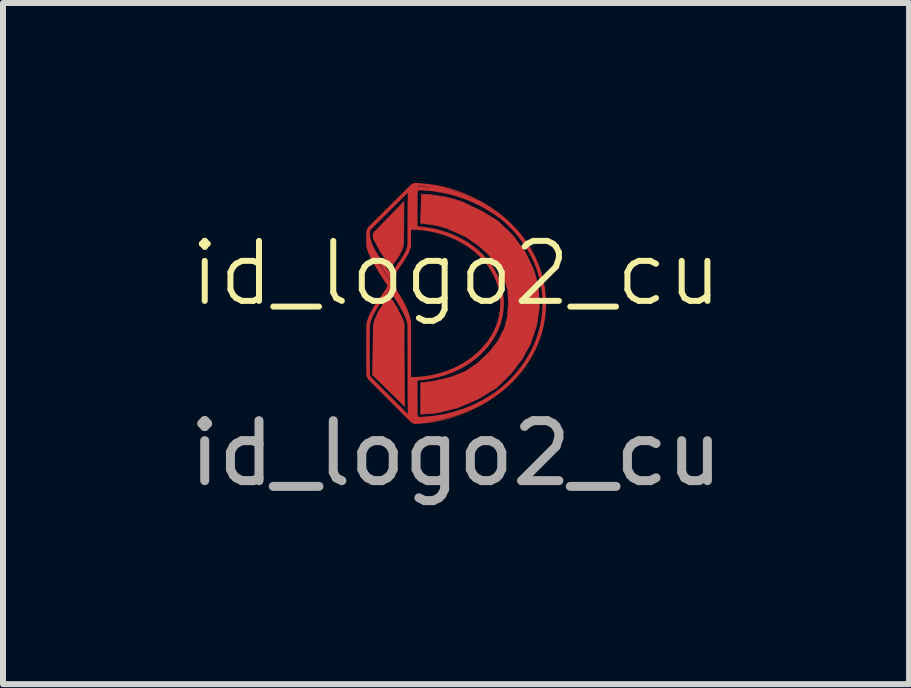
<source format=kicad_pcb>
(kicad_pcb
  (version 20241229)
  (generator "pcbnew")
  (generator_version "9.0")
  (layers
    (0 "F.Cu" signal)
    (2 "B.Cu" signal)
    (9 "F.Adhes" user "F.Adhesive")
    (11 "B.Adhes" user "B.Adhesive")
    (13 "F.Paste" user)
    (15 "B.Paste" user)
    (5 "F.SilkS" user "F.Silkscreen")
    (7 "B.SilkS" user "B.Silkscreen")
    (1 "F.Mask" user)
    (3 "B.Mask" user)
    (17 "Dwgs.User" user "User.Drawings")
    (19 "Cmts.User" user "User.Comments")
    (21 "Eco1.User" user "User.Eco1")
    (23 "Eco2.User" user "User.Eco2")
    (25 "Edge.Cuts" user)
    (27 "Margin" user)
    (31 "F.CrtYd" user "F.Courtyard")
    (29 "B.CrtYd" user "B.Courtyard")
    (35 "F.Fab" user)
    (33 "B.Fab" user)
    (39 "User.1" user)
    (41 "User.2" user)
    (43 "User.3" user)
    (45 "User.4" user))
  (footprint "id_logo2_cu"
    (layer "F.Cu")
    (at 4.554 2.009)
    (property "Reference" "id_logo2_cu" (at 0 -0.5 0) (unlocked yes) (layer "F.SilkS") (effects (font (size 1 1) (thickness 0.1))))
    (attr smd)
    (fp_poly (pts (xy -1.375 -1.177) (xy -0.868 -1.701) (xy -0.873 -0.989) (xy -0.9 -0.892) (xy -0.926 -0.845) (xy -0.935 -0.825) (xy -0.949 -0.797) (xy -0.97 -0.767) (xy -0.979 -0.753) (xy -0.986 -0.743) (xy -1 -0.723) (xy -1.065 -0.641) (xy -1.095 -0.616) (xy -1.253 -0.848) (xy -1.379 -1.076) (xy -1.388 -1.142)) (stroke (width 0.01) (type solid)) (fill yes) (layer "F.Cu"))
    (fp_poly (pts (xy -1.391 1.194) (xy -1.381 0.391) (xy -1.363 0.292) (xy -1.34 0.237) (xy -1.293 0.129) (xy -1.247 0.065) (xy -1.213 0.007) (xy -1.176 -0.038) (xy -1.123 -0.118) (xy -1.058 -0.047) (xy -1.021 0.014) (xy -0.984 0.071) (xy -0.956 0.129) (xy -0.899 0.242) (xy -0.88 0.287) (xy -0.866 0.336) (xy -0.866 0.807) (xy -0.858 1.563) (xy -0.853 1.72)) (stroke (width 0.01) (type solid)) (fill yes) (layer "F.Cu"))
    (fp_poly (pts (xy -0.589 1.323) (xy -0.591 1.847) (xy -0.32 1.827) (xy 0.027 1.74) (xy 0.363 1.596) (xy 0.678 1.405) (xy 0.911 1.176) (xy 1.104 0.926) (xy 1.239 0.677) (xy 1.342 0.377) (xy 1.386 0.081) (xy 1.382 -0.149) (xy 1.35 -0.372) (xy 1.293 -0.568) (xy 1.152 -0.86) (xy 0.939 -1.144) (xy 0.698 -1.373) (xy 0.431 -1.537) (xy 0.095 -1.698) (xy -0.144 -1.769) (xy -0.425 -1.812) (xy -0.578 -1.823) (xy -0.591 -1.339) (xy -0.328 -1.301) (xy -0.152 -1.251) (xy 0.148 -1.118) (xy 0.37 -0.967) (xy 0.53 -0.826) (xy 0.686 -0.632) (xy 0.803 -0.417) (xy 0.862 -0.221) (xy 0.873 -0.017) (xy 0.857 0.214) (xy 0.808 0.413) (xy 0.696 0.631) (xy 0.551 0.815) (xy 0.361 0.994) (xy 0.157 1.133) (xy -0.079 1.226) (xy -0.343 1.291) (xy -0.515 1.315)) (stroke (width 0.01) (type solid)) (fill yes) (layer "F.Cu"))
    (fp_poly (pts (xy -0.664 -2.009) (xy -0.65 -2.008) (xy -0.634 -2.007) (xy -0.615 -2.006) (xy -0.591 -2.004) (xy -0.589 -2.003) (xy -0.528 -1.998) (xy -0.469 -1.991) (xy -0.415 -1.984) (xy -0.362 -1.977) (xy -0.311 -1.968) (xy -0.261 -1.958) (xy -0.212 -1.947) (xy -0.162 -1.935) (xy -0.151 -1.932) (xy -0.058 -1.906) (xy 0.034 -1.876) (xy 0.124 -1.842) (xy 0.214 -1.804) (xy 0.302 -1.763) (xy 0.39 -1.717) (xy 0.478 -1.667) (xy 0.565 -1.613) (xy 0.595 -1.593) (xy 0.667 -1.543) (xy 0.736 -1.492) (xy 0.801 -1.439) (xy 0.864 -1.384) (xy 0.926 -1.325) (xy 0.952 -1.299) (xy 1.016 -1.23) (xy 1.077 -1.159) (xy 1.134 -1.085) (xy 1.188 -1.01) (xy 1.237 -0.932) (xy 1.282 -0.853) (xy 1.324 -0.772) (xy 1.361 -0.689) (xy 1.393 -0.605) (xy 1.422 -0.519) (xy 1.446 -0.433) (xy 1.458 -0.381) (xy 1.476 -0.292) (xy 1.488 -0.204) (xy 1.496 -0.114) (xy 1.5 -0.025) (xy 1.499 0.065) (xy 1.493 0.155) (xy 1.483 0.244) (xy 1.469 0.333) (xy 1.463 0.362) (xy 1.443 0.448) (xy 1.418 0.534) (xy 1.389 0.618) (xy 1.356 0.7) (xy 1.319 0.782) (xy 1.278 0.861) (xy 1.233 0.939) (xy 1.183 1.016) (xy 1.131 1.09) (xy 1.074 1.162) (xy 1.014 1.233) (xy 0.95 1.3) (xy 0.883 1.366) (xy 0.813 1.429) (xy 0.739 1.489) (xy 0.663 1.546) (xy 0.6 1.589) (xy 0.573 1.607) (xy 0.548 1.623) (xy 0.523 1.638) (xy 0.499 1.653) (xy 0.474 1.667) (xy 0.448 1.682) (xy 0.42 1.697) (xy 0.39 1.713) (xy 0.357 1.729) (xy 0.321 1.747) (xy 0.261 1.777) (xy 0.204 1.804) (xy 0.15 1.828) (xy 0.097 1.85) (xy 0.046 1.87) (xy -0.004 1.888) (xy -0.054 1.905) (xy -0.103 1.92) (xy -0.154 1.933) (xy -0.206 1.946) (xy -0.26 1.958) (xy -0.281 1.962) (xy -0.314 1.968) (xy -0.346 1.974) (xy -0.378 1.979) (xy -0.41 1.984) (xy -0.444 1.988) (xy -0.479 1.993) (xy -0.518 1.997) (xy -0.559 2.001) (xy -0.593 2.004) (xy -0.617 2.006) (xy -0.637 2.007) (xy -0.653 2.008) (xy -0.666 2.009) (xy -0.677 2.009) (xy -0.686 2.009) (xy -0.694 2.008) (xy -0.7 2.007) (xy -0.704 2.006) (xy -0.718 2.001) (xy -0.733 1.994) (xy -0.74 1.989) (xy -0.628 1.989) (xy -0.627 1.991) (xy -0.626 1.991) (xy -0.624 1.99) (xy -0.625 1.989) (xy -0.627 1.989) (xy -0.628 1.989) (xy -0.74 1.989) (xy -0.743 1.987) (xy -0.64 1.987) (xy -0.639 1.989) (xy -0.638 1.987) (xy -0.639 1.986) (xy -0.64 1.987) (xy -0.743 1.987) (xy -0.745 1.986) (xy -0.746 1.985) (xy -0.647 1.985) (xy -0.646 1.986) (xy -0.645 1.985) (xy -0.646 1.984) (xy -0.647 1.985) (xy -0.746 1.985) (xy -0.748 1.984) (xy -0.749 1.983) (xy -0.654 1.983) (xy -0.653 1.984) (xy -0.651 1.983) (xy -0.653 1.982) (xy -0.654 1.983) (xy -0.749 1.983) (xy -0.75 1.981) (xy -0.754 1.978) (xy -0.665 1.978) (xy -0.664 1.979) (xy -0.663 1.978) (xy -0.477 1.978) (xy -0.476 1.979) (xy -0.475 1.978) (xy -0.476 1.977) (xy -0.477 1.978) (xy -0.663 1.978) (xy -0.664 1.977) (xy -0.665 1.978) (xy -0.754 1.978) (xy -0.756 1.976) (xy -0.67 1.976) (xy -0.669 1.977) (xy -0.668 1.977) (xy -0.46 1.977) (xy -0.458 1.977) (xy -0.455 1.977) (xy -0.455 1.976) (xy -0.458 1.975) (xy -0.459 1.976) (xy -0.46 1.977) (xy -0.668 1.977) (xy -0.667 1.976) (xy -0.669 1.975) (xy -0.67 1.976) (xy -0.756 1.976) (xy -0.756 1.976) (xy -0.761 1.971) (xy -0.676 1.971) (xy -0.676 1.972) (xy -0.673 1.975) (xy -0.672 1.974) (xy -0.672 1.974) (xy -0.443 1.974) (xy -0.44 1.974) (xy -0.439 1.974) (xy -0.435 1.974) (xy -0.435 1.973) (xy -0.435 1.973) (xy -0.44 1.973) (xy -0.442 1.973) (xy -0.443 1.974) (xy -0.672 1.974) (xy -0.672 1.974) (xy -0.674 1.972) (xy -0.674 1.972) (xy -0.427 1.972) (xy -0.424 1.972) (xy -0.422 1.972) (xy -0.418 1.972) (xy -0.417 1.971) (xy -0.418 1.971) (xy -0.424 1.971) (xy -0.426 1.971) (xy -0.427 1.972) (xy -0.674 1.972) (xy -0.675 1.971) (xy -0.676 1.971) (xy -0.761 1.971) (xy -0.765 1.967) (xy -0.766 1.966) (xy -0.683 1.966) (xy -0.683 1.968) (xy -0.68 1.97) (xy -0.679 1.97) (xy -0.679 1.969) (xy -0.679 1.969) (xy -0.401 1.969) (xy -0.399 1.969) (xy -0.393 1.968) (xy -0.383 1.967) (xy -0.368 1.965) (xy -0.351 1.962) (xy -0.255 1.945) (xy -0.162 1.925) (xy -0.071 1.901) (xy 0.017 1.874) (xy 0.102 1.843) (xy 0.124 1.834) (xy 0.138 1.828) (xy 0.152 1.823) (xy 0.164 1.818) (xy 0.174 1.813) (xy 0.182 1.81) (xy 0.187 1.807) (xy 0.189 1.806) (xy 0.187 1.806) (xy 0.187 1.806) (xy 0.183 1.808) (xy 0.176 1.81) (xy 0.167 1.814) (xy 0.155 1.819) (xy 0.141 1.824) (xy 0.138 1.825) (xy 0.051 1.856) (xy -0.04 1.885) (xy -0.133 1.911) (xy -0.23 1.934) (xy -0.33 1.955) (xy -0.364 1.961) (xy -0.38 1.964) (xy -0.391 1.966) (xy -0.398 1.968) (xy -0.401 1.969) (xy -0.679 1.969) (xy -0.681 1.967) (xy -0.682 1.967) (xy -0.683 1.966) (xy -0.766 1.966) (xy -0.776 1.956) (xy -0.79 1.943) (xy -0.806 1.927) (xy -0.824 1.909) (xy -0.832 1.901) (xy -0.735 1.901) (xy -0.735 1.901) (xy -0.731 1.912) (xy -0.724 1.925) (xy -0.714 1.938) (xy -0.704 1.95) (xy -0.704 1.95) (xy -0.695 1.958) (xy -0.69 1.963) (xy -0.687 1.965) (xy -0.688 1.964) (xy -0.692 1.959) (xy -0.699 1.952) (xy -0.699 1.951) (xy -0.577 1.951) (xy -0.575 1.952) (xy -0.572 1.951) (xy -0.572 1.951) (xy -0.575 1.95) (xy -0.576 1.95) (xy -0.577 1.951) (xy -0.699 1.951) (xy -0.701 1.949) (xy -0.701 1.948) (xy -0.546 1.948) (xy -0.545 1.95) (xy -0.544 1.948) (xy -0.545 1.947) (xy -0.546 1.948) (xy -0.701 1.948) (xy -0.712 1.936) (xy -0.722 1.923) (xy -0.727 1.914) (xy -0.731 1.907) (xy -0.734 1.902) (xy -0.735 1.901) (xy -0.832 1.901) (xy -0.841 1.892) (xy -0.739 1.892) (xy -0.738 1.894) (xy -0.737 1.894) (xy -0.737 1.891) (xy -0.737 1.891) (xy -0.738 1.891) (xy -0.739 1.892) (xy -0.841 1.892) (xy -0.844 1.888) (xy -0.846 1.887) (xy -0.741 1.887) (xy -0.74 1.888) (xy -0.739 1.887) (xy -0.74 1.885) (xy -0.741 1.887) (xy -0.846 1.887) (xy -0.866 1.867) (xy -0.89 1.843) (xy -0.915 1.818) (xy -0.941 1.792) (xy -0.968 1.765) (xy -0.996 1.737) (xy -1.025 1.708) (xy -1.054 1.679) (xy -1.084 1.649) (xy -1.114 1.619) (xy -1.144 1.589) (xy -1.173 1.56) (xy -1.202 1.531) (xy -1.231 1.502) (xy -1.258 1.474) (xy -1.285 1.447) (xy -1.311 1.421) (xy -1.335 1.397) (xy -1.358 1.374) (xy -1.379 1.353) (xy -1.398 1.333) (xy -1.416 1.316) (xy -1.431 1.3) (xy -1.443 1.288) (xy -1.454 1.277) (xy -1.461 1.27) (xy -1.465 1.265) (xy -1.466 1.264) (xy -1.477 1.246) (xy -1.487 1.227) (xy -1.493 1.207) (xy -1.494 1.205) (xy -1.494 1.202) (xy -1.495 1.2) (xy -1.495 1.196) (xy -1.496 1.192) (xy -1.496 1.187) (xy -1.496 1.181) (xy -1.497 1.173) (xy -1.497 1.164) (xy -1.497 1.152) (xy -1.497 1.139) (xy -1.497 1.124) (xy -1.497 1.106) (xy -1.497 1.086) (xy -1.498 1.062) (xy -1.498 1.036) (xy -1.498 1.007) (xy -1.498 0.974) (xy -1.498 0.937) (xy -1.498 0.896) (xy -1.498 0.852) (xy -1.498 0.803) (xy -1.498 0.779) (xy -1.498 0.727) (xy -1.498 0.679) (xy -1.498 0.636) (xy -1.498 0.623) (xy -1.438 0.623) (xy -1.438 0.67) (xy -1.438 0.721) (xy -1.438 0.776) (xy -1.438 0.785) (xy -1.437 1.192) (xy -1.428 1.21) (xy -1.427 1.212) (xy -1.425 1.214) (xy -1.423 1.217) (xy -1.421 1.22) (xy -1.418 1.224) (xy -1.415 1.228) (xy -1.41 1.233) (xy -1.404 1.239) (xy -1.398 1.247) (xy -1.389 1.255) (xy -1.38 1.265) (xy -1.369 1.277) (xy -1.356 1.29) (xy -1.341 1.305) (xy -1.324 1.322) (xy -1.305 1.341) (xy -1.284 1.363) (xy -1.26 1.387) (xy -1.233 1.413) (xy -1.204 1.443) (xy -1.172 1.475) (xy -1.137 1.51) (xy -1.113 1.535) (xy -1.082 1.566) (xy -1.051 1.596) (xy -1.022 1.626) (xy -0.994 1.654) (xy -0.967 1.681) (xy -0.942 1.706) (xy -0.918 1.73) (xy -0.896 1.752) (xy -0.876 1.772) (xy -0.859 1.789) (xy -0.843 1.805) (xy -0.83 1.818) (xy -0.82 1.828) (xy -0.812 1.836) (xy -0.807 1.84) (xy -0.806 1.842) (xy -0.805 1.84) (xy -0.805 1.834) (xy -0.805 1.824) (xy -0.806 1.813) (xy -0.806 1.801) (xy -0.806 1.796) (xy -0.806 1.786) (xy -0.807 1.771) (xy -0.807 1.753) (xy -0.807 1.731) (xy -0.807 1.705) (xy -0.807 1.676) (xy -0.807 1.644) (xy -0.808 1.608) (xy -0.808 1.57) (xy -0.808 1.529) (xy -0.808 1.485) (xy -0.808 1.439) (xy -0.809 1.391) (xy -0.809 1.341) (xy -0.809 1.29) (xy -0.809 1.285) (xy -0.642 1.285) (xy -0.642 1.577) (xy -0.641 1.868) (xy -0.636 1.876) (xy -0.626 1.885) (xy -0.616 1.891) (xy -0.606 1.892) (xy -0.602 1.892) (xy -0.593 1.892) (xy -0.581 1.891) (xy -0.567 1.89) (xy -0.551 1.889) (xy -0.534 1.888) (xy -0.533 1.888) (xy -0.515 1.886) (xy -0.497 1.885) (xy -0.48 1.884) (xy -0.465 1.882) (xy -0.453 1.881) (xy -0.445 1.881) (xy -0.342 1.869) (xy -0.241 1.852) (xy -0.141 1.832) (xy -0.042 1.806) (xy -0.034 1.804) (xy 0.193 1.804) (xy 0.194 1.805) (xy 0.195 1.804) (xy 0.194 1.803) (xy 0.193 1.804) (xy -0.034 1.804) (xy -0.025 1.801) (xy 0.198 1.801) (xy 0.198 1.803) (xy 0.2 1.803) (xy 0.201 1.802) (xy 0.201 1.801) (xy 0.198 1.801) (xy 0.198 1.801) (xy -0.025 1.801) (xy -0.019 1.799) (xy 0.204 1.799) (xy 0.205 1.801) (xy 0.206 1.799) (xy 0.205 1.798) (xy 0.204 1.799) (xy -0.019 1.799) (xy -0.012 1.797) (xy 0.209 1.797) (xy 0.21 1.798) (xy 0.211 1.797) (xy 0.21 1.796) (xy 0.209 1.797) (xy -0.012 1.797) (xy -0.004 1.795) (xy 0.213 1.795) (xy 0.214 1.796) (xy 0.216 1.795) (xy 0.214 1.794) (xy 0.213 1.795) (xy -0.004 1.795) (xy 0.004 1.792) (xy 0.22 1.792) (xy 0.221 1.794) (xy 0.222 1.792) (xy 0.221 1.791) (xy 0.22 1.792) (xy 0.004 1.792) (xy 0.011 1.79) (xy 0.225 1.79) (xy 0.226 1.791) (xy 0.227 1.79) (xy 0.226 1.789) (xy 0.225 1.79) (xy 0.011 1.79) (xy 0.055 1.777) (xy 0.15 1.743) (xy 0.245 1.705) (xy 0.338 1.662) (xy 0.429 1.615) (xy 0.519 1.564) (xy 0.608 1.508) (xy 0.621 1.5) (xy 0.667 1.468) (xy 0.714 1.432) (xy 0.762 1.393) (xy 0.81 1.351) (xy 0.858 1.306) (xy 0.895 1.27) (xy 0.96 1.202) (xy 1.021 1.132) (xy 1.078 1.06) (xy 1.131 0.986) (xy 1.18 0.91) (xy 1.225 0.832) (xy 1.266 0.753) (xy 1.303 0.672) (xy 1.335 0.59) (xy 1.364 0.506) (xy 1.387 0.422) (xy 1.407 0.336) (xy 1.416 0.286) (xy 1.428 0.203) (xy 1.436 0.119) (xy 1.44 0.034) (xy 1.439 -0.051) (xy 1.435 -0.135) (xy 1.432 -0.164) (xy 1.421 -0.252) (xy 1.406 -0.338) (xy 1.386 -0.424) (xy 1.362 -0.509) (xy 1.334 -0.593) (xy 1.301 -0.675) (xy 1.264 -0.756) (xy 1.222 -0.836) (xy 1.177 -0.914) (xy 1.128 -0.99) (xy 1.074 -1.065) (xy 1.017 -1.137) (xy 0.994 -1.164) (xy 0.964 -1.198) (xy 0.933 -1.232) (xy 0.9 -1.266) (xy 0.867 -1.298) (xy 0.834 -1.329) (xy 0.802 -1.359) (xy 0.77 -1.386) (xy 0.74 -1.41) (xy 0.714 -1.429) (xy 0.628 -1.489) (xy 0.542 -1.543) (xy 0.456 -1.594) (xy 0.369 -1.64) (xy 0.281 -1.682) (xy 0.275 -1.685) (xy 0.434 -1.685) (xy 0.435 -1.684) (xy 0.436 -1.685) (xy 0.435 -1.686) (xy 0.434 -1.685) (xy 0.275 -1.685) (xy 0.269 -1.687) (xy 0.429 -1.687) (xy 0.43 -1.686) (xy 0.431 -1.687) (xy 0.43 -1.688) (xy 0.429 -1.687) (xy 0.269 -1.687) (xy 0.264 -1.689) (xy 0.424 -1.689) (xy 0.425 -1.688) (xy 0.427 -1.689) (xy 0.425 -1.69) (xy 0.424 -1.689) (xy 0.264 -1.689) (xy 0.242 -1.698) (xy 0.408 -1.698) (xy 0.409 -1.697) (xy 0.411 -1.698) (xy 0.409 -1.7) (xy 0.408 -1.698) (xy 0.242 -1.698) (xy 0.237 -1.701) (xy 0.404 -1.701) (xy 0.405 -1.7) (xy 0.406 -1.701) (xy 0.405 -1.702) (xy 0.404 -1.701) (xy 0.237 -1.701) (xy 0.232 -1.703) (xy 0.399 -1.703) (xy 0.4 -1.702) (xy 0.401 -1.703) (xy 0.4 -1.704) (xy 0.399 -1.703) (xy 0.232 -1.703) (xy 0.226 -1.705) (xy 0.395 -1.705) (xy 0.396 -1.704) (xy 0.397 -1.705) (xy 0.396 -1.706) (xy 0.395 -1.705) (xy 0.226 -1.705) (xy 0.221 -1.708) (xy 0.39 -1.708) (xy 0.391 -1.706) (xy 0.392 -1.708) (xy 0.391 -1.709) (xy 0.39 -1.708) (xy 0.221 -1.708) (xy 0.216 -1.71) (xy 0.385 -1.71) (xy 0.386 -1.709) (xy 0.388 -1.71) (xy 0.386 -1.711) (xy 0.385 -1.71) (xy 0.216 -1.71) (xy 0.193 -1.72) (xy 0.104 -1.753) (xy 0.013 -1.784) (xy -0.079 -1.81) (xy -0.11 -1.818) (xy -0.155 -1.828) (xy -0.203 -1.838) (xy -0.253 -1.848) (xy -0.303 -1.856) (xy -0.351 -1.864) (xy -0.398 -1.87) (xy -0.403 -1.871) (xy -0.413 -1.872) (xy -0.426 -1.873) (xy -0.443 -1.874) (xy -0.461 -1.876) (xy -0.482 -1.878) (xy -0.503 -1.879) (xy -0.522 -1.881) (xy -0.545 -1.883) (xy -0.564 -1.884) (xy -0.579 -1.885) (xy -0.591 -1.886) (xy -0.6 -1.886) (xy -0.606 -1.886) (xy -0.611 -1.886) (xy -0.615 -1.885) (xy -0.617 -1.885) (xy -0.618 -1.885) (xy -0.627 -1.879) (xy -0.635 -1.87) (xy -0.64 -1.862) (xy -0.64 -1.859) (xy -0.641 -1.852) (xy -0.641 -1.841) (xy -0.641 -1.826) (xy -0.641 -1.807) (xy -0.642 -1.784) (xy -0.642 -1.757) (xy -0.642 -1.725) (xy -0.642 -1.689) (xy -0.642 -1.649) (xy -0.642 -1.604) (xy -0.642 -1.57) (xy -0.642 -1.284) (xy -0.63 -1.284) (xy -0.617 -1.284) (xy -0.599 -1.283) (xy -0.579 -1.281) (xy -0.556 -1.278) (xy -0.531 -1.275) (xy -0.506 -1.272) (xy -0.479 -1.268) (xy -0.453 -1.264) (xy -0.428 -1.259) (xy -0.404 -1.255) (xy -0.396 -1.254) (xy -0.313 -1.235) (xy -0.233 -1.213) (xy -0.154 -1.188) (xy -0.078 -1.16) (xy -0.004 -1.128) (xy 0.068 -1.093) (xy 0.137 -1.055) (xy 0.203 -1.015) (xy 0.267 -0.971) (xy 0.327 -0.925) (xy 0.385 -0.876) (xy 0.439 -0.825) (xy 0.49 -0.771) (xy 0.538 -0.715) (xy 0.582 -0.657) (xy 0.622 -0.597) (xy 0.659 -0.534) (xy 0.691 -0.47) (xy 0.72 -0.404) (xy 0.741 -0.346) (xy 0.761 -0.279) (xy 0.777 -0.211) (xy 0.788 -0.142) (xy 0.795 -0.073) (xy 0.797 -0.003) (xy 0.795 0.066) (xy 0.789 0.135) (xy 0.778 0.204) (xy 0.763 0.272) (xy 0.743 0.339) (xy 0.719 0.405) (xy 0.691 0.47) (xy 0.686 0.481) (xy 0.653 0.545) (xy 0.615 0.607) (xy 0.574 0.667) (xy 0.529 0.725) (xy 0.48 0.781) (xy 0.427 0.836) (xy 0.391 0.87) (xy 0.335 0.918) (xy 0.275 0.965) (xy 0.212 1.008) (xy 0.146 1.05) (xy 0.077 1.088) (xy 0.005 1.124) (xy -0.069 1.156) (xy -0.09 1.164) (xy -0.163 1.191) (xy -0.239 1.215) (xy -0.317 1.236) (xy -0.395 1.253) (xy -0.474 1.267) (xy -0.552 1.278) (xy -0.619 1.284) (xy -0.642 1.285) (xy -0.809 1.285) (xy -0.809 1.236) (xy -0.809 1.181) (xy -0.809 1.125) (xy -0.809 1.069) (xy -0.809 1.052) (xy -0.811 0.343) (xy -0.817 0.319) (xy -0.824 0.294) (xy -0.832 0.269) (xy -0.842 0.243) (xy -0.854 0.215) (xy -0.867 0.185) (xy -0.883 0.154) (xy -0.901 0.12) (xy -0.922 0.083) (xy -0.945 0.043) (xy -0.959 0.019) (xy -0.966 0.008) (xy -0.975 -0.005) (xy -0.984 -0.021) (xy -0.995 -0.038) (xy -1.006 -0.056) (xy -1.018 -0.075) (xy -1.03 -0.094) (xy -1.043 -0.113) (xy -1.055 -0.132) (xy -1.066 -0.15) (xy -1.077 -0.167) (xy -1.087 -0.182) (xy -1.095 -0.195) (xy -1.102 -0.206) (xy -1.108 -0.214) (xy -1.111 -0.219) (xy -1.112 -0.22) (xy -1.114 -0.218) (xy -1.117 -0.213) (xy -1.123 -0.205) (xy -1.129 -0.196) (xy -1.133 -0.19) (xy -1.139 -0.18) (xy -1.148 -0.167) (xy -1.158 -0.152) (xy -1.169 -0.135) (xy -1.18 -0.119) (xy -1.191 -0.103) (xy -1.192 -0.102) (xy -1.215 -0.068) (xy -1.237 -0.036) (xy -1.258 -0.005) (xy -1.278 0.024) (xy -1.295 0.051) (xy -1.311 0.075) (xy -1.324 0.096) (xy -1.335 0.113) (xy -1.335 0.114) (xy -1.36 0.158) (xy -1.382 0.2) (xy -1.4 0.241) (xy -1.415 0.279) (xy -1.426 0.315) (xy -1.434 0.348) (xy -1.436 0.359) (xy -1.436 0.363) (xy -1.436 0.37) (xy -1.437 0.38) (xy -1.437 0.393) (xy -1.437 0.409) (xy -1.437 0.429) (xy -1.438 0.452) (xy -1.438 0.478) (xy -1.438 0.509) (xy -1.438 0.543) (xy -1.438 0.581) (xy -1.438 0.623) (xy -1.498 0.623) (xy -1.498 0.596) (xy -1.498 0.56) (xy -1.498 0.527) (xy -1.498 0.498) (xy -1.497 0.472) (xy -1.497 0.449) (xy -1.497 0.428) (xy -1.497 0.41) (xy -1.496 0.394) (xy -1.496 0.381) (xy -1.495 0.368) (xy -1.495 0.358) (xy -1.494 0.349) (xy -1.493 0.341) (xy -1.493 0.334) (xy -1.492 0.328) (xy -1.49 0.322) (xy -1.489 0.316) (xy -1.488 0.311) (xy -1.486 0.305) (xy -1.485 0.3) (xy -1.483 0.293) (xy -1.473 0.26) (xy -1.459 0.224) (xy -1.443 0.187) (xy -1.429 0.159) (xy -1.418 0.138) (xy -1.406 0.116) (xy -1.393 0.093) (xy -1.38 0.07) (xy -1.365 0.046) (xy -1.348 0.02) (xy -1.33 -0.007) (xy -1.309 -0.038) (xy -1.287 -0.071) (xy -1.263 -0.106) (xy -1.24 -0.138) (xy -1.221 -0.166) (xy -1.204 -0.192) (xy -1.189 -0.214) (xy -1.176 -0.234) (xy -1.166 -0.25) (xy -1.158 -0.265) (xy -1.152 -0.276) (xy -1.148 -0.286) (xy -1.144 -0.295) (xy -1.193 -0.371) (xy -1.227 -0.424) (xy -1.259 -0.474) (xy -1.288 -0.521) (xy -1.315 -0.565) (xy -1.339 -0.605) (xy -1.362 -0.643) (xy -1.382 -0.679) (xy -1.4 -0.712) (xy -1.417 -0.744) (xy -1.431 -0.772) (xy -1.349 -0.772) (xy -1.348 -0.77) (xy -1.345 -0.764) (xy -1.339 -0.754) (xy -1.331 -0.74) (xy -1.321 -0.723) (xy -1.32 -0.723) (xy -1.302 -0.692) (xy -1.281 -0.659) (xy -1.258 -0.623) (xy -1.233 -0.585) (xy -1.206 -0.543) (xy -1.176 -0.499) (xy -1.144 -0.451) (xy -1.139 -0.444) (xy -1.115 -0.408) (xy -1.093 -0.376) (xy -1.073 -0.347) (xy -1.056 -0.321) (xy -1.04 -0.297) (xy -1.026 -0.275) (xy -1.013 -0.256) (xy -1.001 -0.238) (xy -0.99 -0.221) (xy -0.979 -0.205) (xy -0.97 -0.189) (xy -0.96 -0.174) (xy -0.951 -0.159) (xy -0.941 -0.144) (xy -0.931 -0.127) (xy -0.928 -0.122) (xy -0.893 -0.062) (xy -0.862 -0.004) (xy -0.834 0.051) (xy -0.81 0.104) (xy -0.79 0.155) (xy -0.774 0.203) (xy -0.762 0.249) (xy -0.753 0.292) (xy -0.753 0.293) (xy -0.753 0.297) (xy -0.752 0.3) (xy -0.752 0.305) (xy -0.752 0.31) (xy -0.751 0.317) (xy -0.751 0.325) (xy -0.751 0.334) (xy -0.751 0.345) (xy -0.751 0.359) (xy -0.75 0.374) (xy -0.75 0.391) (xy -0.75 0.411) (xy -0.75 0.434) (xy -0.75 0.459) (xy -0.75 0.488) (xy -0.75 0.52) (xy -0.75 0.556) (xy -0.75 0.595) (xy -0.75 0.638) (xy -0.75 0.685) (xy -0.75 0.736) (xy -0.75 0.773) (xy -0.75 1.228) (xy -0.689 1.226) (xy -0.666 1.226) (xy -0.642 1.225) (xy -0.619 1.223) (xy -0.598 1.222) (xy -0.583 1.22) (xy -0.503 1.21) (xy -0.427 1.198) (xy -0.352 1.182) (xy -0.28 1.164) (xy -0.216 1.144) (xy -0.135 1.116) (xy -0.057 1.084) (xy 0.018 1.049) (xy 0.09 1.01) (xy 0.159 0.969) (xy 0.225 0.924) (xy 0.288 0.876) (xy 0.348 0.825) (xy 0.405 0.77) (xy 0.457 0.713) (xy 0.505 0.656) (xy 0.516 0.641) (xy 0.529 0.623) (xy 0.543 0.603) (xy 0.557 0.582) (xy 0.571 0.561) (xy 0.583 0.542) (xy 0.594 0.524) (xy 0.598 0.517) (xy 0.631 0.454) (xy 0.659 0.391) (xy 0.683 0.326) (xy 0.703 0.26) (xy 0.718 0.194) (xy 0.729 0.128) (xy 0.735 0.061) (xy 0.737 -0.007) (xy 0.734 -0.074) (xy 0.727 -0.141) (xy 0.715 -0.209) (xy 0.706 -0.249) (xy 0.695 -0.291) (xy 0.682 -0.331) (xy 0.667 -0.37) (xy 0.651 -0.411) (xy 0.631 -0.453) (xy 0.629 -0.458) (xy 0.601 -0.511) (xy 0.571 -0.562) (xy 0.539 -0.611) (xy 0.504 -0.658) (xy 0.466 -0.704) (xy 0.424 -0.75) (xy 0.396 -0.779) (xy 0.372 -0.803) (xy 0.349 -0.824) (xy 0.328 -0.843) (xy 0.305 -0.862) (xy 0.282 -0.881) (xy 0.271 -0.89) (xy 0.205 -0.938) (xy 0.136 -0.983) (xy 0.065 -1.024) (xy -0.009 -1.062) (xy -0.086 -1.096) (xy -0.164 -1.127) (xy -0.245 -1.154) (xy -0.328 -1.176) (xy -0.41 -1.195) (xy -0.45 -1.202) (xy -0.491 -1.209) (xy -0.533 -1.215) (xy -0.574 -1.22) (xy -0.614 -1.223) (xy -0.652 -1.226) (xy -0.687 -1.228) (xy -0.718 -1.228) (xy -0.722 -1.228) (xy -0.75 -1.227) (xy -0.751 -1.089) (xy -0.751 -0.951) (xy -0.759 -0.925) (xy -0.766 -0.901) (xy -0.775 -0.877) (xy -0.786 -0.851) (xy -0.8 -0.823) (xy -0.803 -0.817) (xy -0.812 -0.799) (xy -0.821 -0.782) (xy -0.831 -0.765) (xy -0.841 -0.747) (xy -0.853 -0.728) (xy -0.866 -0.708) (xy -0.88 -0.687) (xy -0.896 -0.664) (xy -0.913 -0.638) (xy -0.933 -0.61) (xy -0.956 -0.578) (xy -0.971 -0.557) (xy -0.994 -0.525) (xy -1.014 -0.496) (xy -1.032 -0.47) (xy -1.048 -0.447) (xy -1.061 -0.427) (xy -1.071 -0.411) (xy -1.079 -0.399) (xy -1.083 -0.393) (xy -1.086 -0.387) (xy -1.089 -0.384) (xy -1.09 -0.383) (xy -1.091 -0.385) (xy -1.095 -0.39) (xy -1.101 -0.399) (xy -1.109 -0.41) (xy -1.118 -0.424) (xy -1.129 -0.441) (xy -1.142 -0.459) (xy -1.155 -0.478) (xy -1.169 -0.499) (xy -1.184 -0.521) (xy -1.199 -0.544) (xy -1.214 -0.567) (xy -1.229 -0.59) (xy -1.244 -0.613) (xy -1.259 -0.635) (xy -1.273 -0.656) (xy -1.286 -0.676) (xy -1.298 -0.694) (xy -1.308 -0.71) (xy -1.317 -0.724) (xy -1.328 -0.741) (xy -1.337 -0.755) (xy -1.344 -0.764) (xy -1.348 -0.77) (xy -1.349 -0.772) (xy -1.431 -0.772) (xy -1.431 -0.773) (xy -1.433 -0.777) (xy -1.353 -0.777) (xy -1.352 -0.776) (xy -1.35 -0.773) (xy -1.349 -0.774) (xy -1.349 -0.774) (xy -1.35 -0.776) (xy -1.351 -0.777) (xy -1.353 -0.777) (xy -1.433 -0.777) (xy -1.435 -0.781) (xy -1.356 -0.781) (xy -1.354 -0.78) (xy -1.353 -0.781) (xy -1.354 -0.782) (xy -1.356 -0.781) (xy -1.435 -0.781) (xy -1.437 -0.786) (xy -1.358 -0.786) (xy -1.357 -0.784) (xy -1.356 -0.786) (xy -1.357 -0.787) (xy -1.358 -0.786) (xy -1.437 -0.786) (xy -1.44 -0.792) (xy -1.362 -0.792) (xy -1.361 -0.791) (xy -1.36 -0.792) (xy -1.361 -0.794) (xy -1.362 -0.792) (xy -1.44 -0.792) (xy -1.442 -0.797) (xy -1.365 -0.797) (xy -1.364 -0.796) (xy -1.362 -0.797) (xy -1.364 -0.798) (xy -1.365 -0.797) (xy -1.442 -0.797) (xy -1.444 -0.801) (xy -1.456 -0.827) (xy -1.466 -0.853) (xy -1.475 -0.877) (xy -1.478 -0.886) (xy -1.482 -0.899) (xy -1.486 -0.909) (xy -1.489 -0.919) (xy -1.491 -0.929) (xy -1.493 -0.938) (xy -1.495 -0.948) (xy -1.496 -0.959) (xy -1.497 -0.971) (xy -1.497 -0.986) (xy -1.498 -1.003) (xy -1.498 -1.023) (xy -1.498 -1.046) (xy -1.498 -1.074) (xy -1.498 -1.078) (xy -1.498 -1.104) (xy -1.498 -1.126) (xy -1.498 -1.144) (xy -1.498 -1.159) (xy -1.498 -1.171) (xy -1.498 -1.177) (xy -1.438 -1.177) (xy -1.438 -1.167) (xy -1.437 -1.161) (xy -1.434 -1.13) (xy -1.428 -1.095) (xy -1.42 -1.059) (xy -1.409 -1.021) (xy -1.406 -1.013) (xy -1.397 -0.988) (xy -1.384 -0.961) (xy -1.369 -0.93) (xy -1.351 -0.896) (xy -1.33 -0.858) (xy -1.305 -0.818) (xy -1.29 -0.793) (xy -1.281 -0.779) (xy -1.27 -0.763) (xy -1.259 -0.745) (xy -1.246 -0.726) (xy -1.233 -0.705) (xy -1.219 -0.684) (xy -1.205 -0.663) (xy -1.19 -0.641) (xy -1.176 -0.62) (xy -1.162 -0.599) (xy -1.149 -0.579) (xy -1.136 -0.561) (xy -1.125 -0.544) (xy -1.115 -0.529) (xy -1.106 -0.516) (xy -1.099 -0.506) (xy -1.093 -0.499) (xy -1.09 -0.495) (xy -1.09 -0.495) (xy -1.088 -0.497) (xy -1.084 -0.502) (xy -1.078 -0.511) (xy -1.07 -0.522) (xy -1.06 -0.536) (xy -1.049 -0.551) (xy -1.037 -0.568) (xy -1.025 -0.585) (xy -0.996 -0.625) (xy -0.971 -0.662) (xy -0.948 -0.695) (xy -0.927 -0.726) (xy -0.908 -0.755) (xy -0.892 -0.781) (xy -0.878 -0.805) (xy -0.865 -0.827) (xy -0.854 -0.849) (xy -0.844 -0.868) (xy -0.836 -0.887) (xy -0.828 -0.906) (xy -0.822 -0.922) (xy -0.821 -0.927) (xy -0.819 -0.932) (xy -0.818 -0.936) (xy -0.817 -0.941) (xy -0.815 -0.945) (xy -0.814 -0.95) (xy -0.814 -0.956) (xy -0.813 -0.962) (xy -0.812 -0.97) (xy -0.812 -0.979) (xy -0.811 -0.99) (xy -0.811 -1.003) (xy -0.81 -1.018) (xy -0.81 -1.035) (xy -0.81 -1.055) (xy -0.81 -1.077) (xy -0.81 -1.103) (xy -0.81 -1.131) (xy -0.81 -1.164) (xy -0.81 -1.2) (xy -0.81 -1.24) (xy -0.81 -1.284) (xy -0.81 -1.316) (xy -0.81 -1.36) (xy -0.81 -1.403) (xy -0.81 -1.445) (xy -0.809 -1.485) (xy -0.809 -1.524) (xy -0.809 -1.56) (xy -0.809 -1.594) (xy -0.809 -1.626) (xy -0.808 -1.654) (xy -0.808 -1.679) (xy -0.808 -1.701) (xy -0.808 -1.718) (xy -0.807 -1.732) (xy -0.807 -1.735) (xy -0.807 -1.754) (xy -0.806 -1.772) (xy -0.806 -1.789) (xy -0.806 -1.804) (xy -0.805 -1.815) (xy -0.805 -1.824) (xy -0.805 -1.826) (xy -0.806 -1.842) (xy -1.111 -1.54) (xy -1.142 -1.508) (xy -1.173 -1.478) (xy -1.202 -1.449) (xy -1.231 -1.42) (xy -1.258 -1.393) (xy -1.284 -1.368) (xy -1.308 -1.344) (xy -1.33 -1.322) (xy -1.35 -1.301) (xy -1.368 -1.283) (xy -1.384 -1.267) (xy -1.397 -1.254) (xy -1.408 -1.243) (xy -1.416 -1.234) (xy -1.421 -1.229) (xy -1.422 -1.227) (xy -1.427 -1.22) (xy -1.431 -1.21) (xy -1.434 -1.201) (xy -1.436 -1.193) (xy -1.437 -1.185) (xy -1.438 -1.177) (xy -1.498 -1.177) (xy -1.498 -1.181) (xy -1.497 -1.189) (xy -1.497 -1.195) (xy -1.496 -1.2) (xy -1.495 -1.204) (xy -1.495 -1.208) (xy -1.494 -1.212) (xy -1.484 -1.238) (xy -1.472 -1.261) (xy -1.464 -1.273) (xy -1.461 -1.275) (xy -1.455 -1.282) (xy -1.446 -1.29) (xy -1.435 -1.302) (xy -1.421 -1.316) (xy -1.404 -1.333) (xy -1.386 -1.352) (xy -1.365 -1.372) (xy -1.342 -1.395) (xy -1.318 -1.419) (xy -1.292 -1.445) (xy -1.264 -1.472) (xy -1.236 -1.501) (xy -1.206 -1.53) (xy -1.176 -1.561) (xy -1.158 -1.578) (xy -1.127 -1.609) (xy -1.095 -1.64) (xy -1.064 -1.671) (xy -1.034 -1.701) (xy -1.005 -1.73) (xy -0.976 -1.758) (xy -0.95 -1.785) (xy -0.924 -1.81) (xy -0.901 -1.833) (xy -0.879 -1.855) (xy -0.86 -1.874) (xy -0.843 -1.891) (xy -0.828 -1.905) (xy -0.816 -1.917) (xy -0.812 -1.922) (xy -0.178 -1.922) (xy -0.177 -1.921) (xy -0.172 -1.919) (xy -0.163 -1.917) (xy -0.149 -1.913) (xy -0.145 -1.912) (xy -0.056 -1.886) (xy 0.033 -1.857) (xy 0.12 -1.826) (xy 0.204 -1.793) (xy 0.286 -1.757) (xy 0.347 -1.728) (xy 0.36 -1.722) (xy 0.37 -1.717) (xy 0.376 -1.714) (xy 0.38 -1.712) (xy 0.382 -1.712) (xy 0.383 -1.711) (xy 0.383 -1.712) (xy 0.383 -1.712) (xy 0.381 -1.714) (xy 0.376 -1.717) (xy 0.367 -1.721) (xy 0.356 -1.727) (xy 0.343 -1.733) (xy 0.33 -1.74) (xy 0.315 -1.747) (xy 0.3 -1.754) (xy 0.286 -1.761) (xy 0.277 -1.765) (xy 0.185 -1.805) (xy 0.092 -1.842) (xy -0.004 -1.874) (xy -0.099 -1.902) (xy -0.14 -1.913) (xy -0.155 -1.917) (xy -0.167 -1.92) (xy -0.175 -1.921) (xy -0.178 -1.922) (xy -0.812 -1.922) (xy -0.811 -1.923) (xy -0.189 -1.923) (xy -0.187 -1.922) (xy -0.184 -1.923) (xy -0.184 -1.923) (xy -0.187 -1.924) (xy -0.189 -1.924) (xy -0.189 -1.923) (xy -0.811 -1.923) (xy -0.809 -1.925) (xy -0.199 -1.925) (xy -0.196 -1.925) (xy -0.193 -1.925) (xy -0.193 -1.926) (xy -0.196 -1.926) (xy -0.198 -1.926) (xy -0.199 -1.925) (xy -0.809 -1.925) (xy -0.808 -1.926) (xy -0.806 -1.928) (xy -0.805 -1.928) (xy -0.378 -1.928) (xy -0.377 -1.927) (xy -0.376 -1.927) (xy -0.375 -1.927) (xy -0.208 -1.927) (xy -0.205 -1.927) (xy -0.202 -1.927) (xy -0.202 -1.928) (xy -0.206 -1.929) (xy -0.207 -1.928) (xy -0.208 -1.927) (xy -0.375 -1.927) (xy -0.374 -1.928) (xy -0.375 -1.928) (xy -0.377 -1.928) (xy -0.378 -1.928) (xy -0.805 -1.928) (xy -0.804 -1.93) (xy -0.396 -1.93) (xy -0.394 -1.929) (xy -0.391 -1.93) (xy -0.391 -1.93) (xy -0.391 -1.93) (xy -0.217 -1.93) (xy -0.217 -1.929) (xy -0.216 -1.929) (xy -0.214 -1.93) (xy -0.214 -1.93) (xy -0.217 -1.931) (xy -0.217 -1.93) (xy -0.391 -1.93) (xy -0.394 -1.931) (xy -0.395 -1.931) (xy -0.396 -1.93) (xy -0.804 -1.93) (xy -0.802 -1.931) (xy -0.658 -1.931) (xy -0.657 -1.931) (xy -0.656 -1.932) (xy -0.418 -1.932) (xy -0.414 -1.932) (xy -0.413 -1.932) (xy -0.413 -1.932) (xy -0.228 -1.932) (xy -0.226 -1.931) (xy -0.223 -1.932) (xy -0.223 -1.933) (xy -0.226 -1.933) (xy -0.228 -1.933) (xy -0.228 -1.932) (xy -0.413 -1.932) (xy -0.409 -1.932) (xy -0.408 -1.933) (xy -0.409 -1.933) (xy -0.415 -1.933) (xy -0.417 -1.933) (xy -0.418 -1.932) (xy -0.656 -1.932) (xy -0.655 -1.933) (xy -0.655 -1.934) (xy -0.654 -1.936) (xy -0.655 -1.936) (xy -0.657 -1.934) (xy -0.657 -1.934) (xy -0.658 -1.931) (xy -0.802 -1.931) (xy -0.796 -1.937) (xy -0.651 -1.937) (xy -0.647 -1.938) (xy -0.64 -1.94) (xy -0.634 -1.942) (xy -0.628 -1.944) (xy -0.621 -1.945) (xy -0.613 -1.946) (xy -0.603 -1.946) (xy -0.59 -1.946) (xy -0.575 -1.945) (xy -0.556 -1.943) (xy -0.534 -1.942) (xy -0.522 -1.941) (xy -0.495 -1.939) (xy -0.473 -1.937) (xy -0.455 -1.936) (xy -0.442 -1.935) (xy -0.432 -1.934) (xy -0.425 -1.934) (xy -0.423 -1.934) (xy -0.423 -1.935) (xy -0.425 -1.935) (xy -0.238 -1.935) (xy -0.237 -1.934) (xy -0.236 -1.934) (xy -0.234 -1.934) (xy -0.235 -1.935) (xy -0.237 -1.935) (xy -0.238 -1.935) (xy -0.425 -1.935) (xy -0.426 -1.935) (xy -0.433 -1.936) (xy -0.438 -1.937) (xy -0.248 -1.937) (xy -0.247 -1.936) (xy -0.245 -1.937) (xy -0.247 -1.938) (xy -0.248 -1.937) (xy -0.438 -1.937) (xy -0.442 -1.938) (xy -0.454 -1.939) (xy -0.457 -1.939) (xy -0.259 -1.939) (xy -0.258 -1.938) (xy -0.257 -1.939) (xy -0.258 -1.94) (xy -0.259 -1.939) (xy -0.457 -1.939) (xy -0.464 -1.94) (xy -0.496 -1.944) (xy -0.523 -1.947) (xy -0.546 -1.949) (xy -0.566 -1.95) (xy -0.583 -1.951) (xy -0.597 -1.952) (xy -0.609 -1.951) (xy -0.619 -1.95) (xy -0.627 -1.948) (xy -0.634 -1.946) (xy -0.638 -1.944) (xy -0.646 -1.941) (xy -0.65 -1.938) (xy -0.651 -1.937) (xy -0.796 -1.937) (xy -0.788 -1.945) (xy -0.774 -1.959) (xy -0.762 -1.971) (xy -0.751 -1.98) (xy -0.742 -1.987) (xy -0.734 -1.993) (xy -0.726 -1.997) (xy -0.719 -2.001) (xy -0.711 -2.004) (xy -0.703 -2.006) (xy -0.697 -2.007) (xy -0.69 -2.008) (xy -0.683 -2.009) (xy -0.674 -2.009)) (stroke (width 0) (type solid)) (fill yes) (layer "F.Cu"))
    (fp_text user "${REFERENCE}" (at 0 2.5 0) (unlocked yes) (layer "F.Fab") (effects (font (size 1 1) (thickness 0.15)))))
  (gr_rect
    (start -3 -3)
    (end 12.107 8.357)
    (stroke (width 0.1) (type default))
    (fill no)
    (layer "Edge.Cuts")))
</source>
